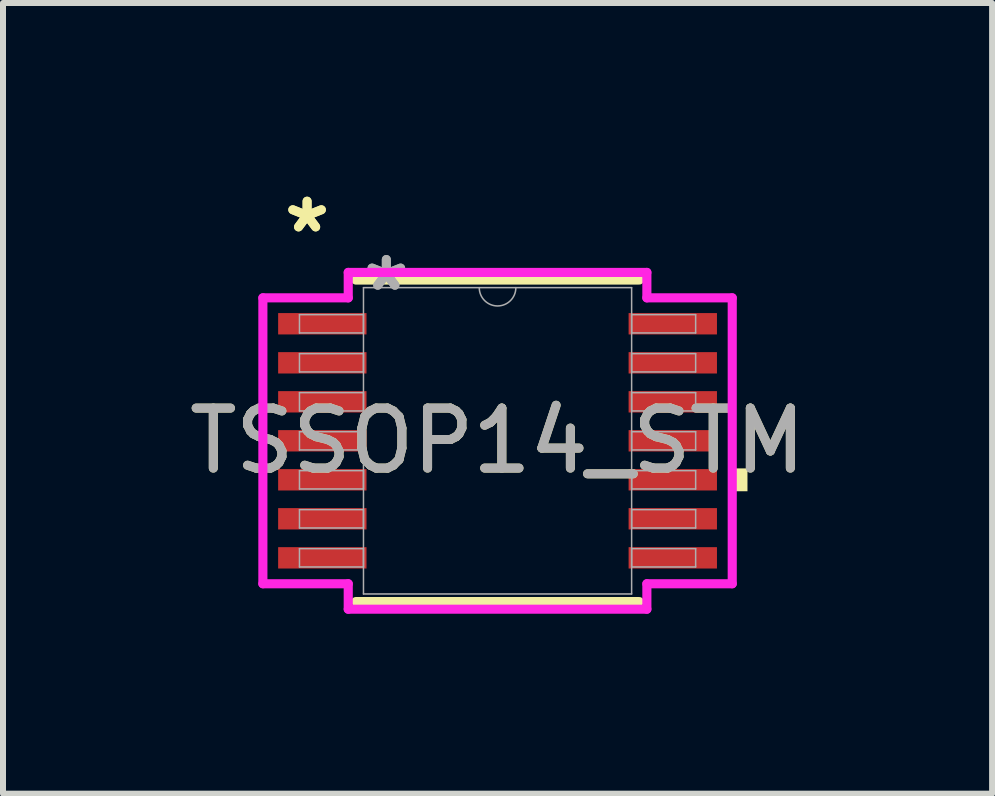
<source format=kicad_pcb>
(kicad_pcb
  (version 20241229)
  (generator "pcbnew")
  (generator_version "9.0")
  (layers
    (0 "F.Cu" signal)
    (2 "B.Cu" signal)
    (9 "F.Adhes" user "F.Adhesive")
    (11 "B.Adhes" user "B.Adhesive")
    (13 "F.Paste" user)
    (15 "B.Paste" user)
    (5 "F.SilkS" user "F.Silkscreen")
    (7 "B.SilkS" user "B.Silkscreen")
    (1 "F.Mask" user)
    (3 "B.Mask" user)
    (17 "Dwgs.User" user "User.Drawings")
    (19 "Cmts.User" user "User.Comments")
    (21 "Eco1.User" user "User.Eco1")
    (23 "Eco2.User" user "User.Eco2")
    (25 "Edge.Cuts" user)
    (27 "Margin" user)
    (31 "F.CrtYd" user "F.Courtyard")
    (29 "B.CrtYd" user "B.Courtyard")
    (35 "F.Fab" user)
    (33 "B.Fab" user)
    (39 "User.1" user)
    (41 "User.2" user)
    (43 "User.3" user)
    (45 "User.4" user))
  (footprint "TSSOP14_STM"
    (layer "F.Cu")
    (at 5.244 4.298)
    (property "Reference" "TSSOP14_STM" (at 0 0 0) (unlocked yes) (layer "F.SilkS") (effects (font (size 1 1) (thickness 0.15))))
    (attr smd)
    (fp_line (start -2.362 2.68) (end 2.362 2.68) (stroke (width 0.152) (type solid)) (layer "F.SilkS"))
    (fp_line (start 2.362 -2.68) (end -2.362 -2.68) (stroke (width 0.152) (type solid)) (layer "F.SilkS"))
    (fp_poly (pts (xy 4.166 0.46) (xy 4.166 0.841) (xy 3.912 0.841) (xy 3.912 0.46)) (stroke (width 0) (type solid)) (fill yes) (layer "F.SilkS"))
    (fp_line (start -3.912 -2.383) (end -2.489 -2.383) (stroke (width 0.152) (type solid)) (layer "F.CrtYd"))
    (fp_line (start -3.912 2.383) (end -3.912 -2.383) (stroke (width 0.152) (type solid)) (layer "F.CrtYd"))
    (fp_line (start -3.912 2.383) (end -2.489 2.383) (stroke (width 0.152) (type solid)) (layer "F.CrtYd"))
    (fp_line (start -2.489 -2.807) (end 2.489 -2.807) (stroke (width 0.152) (type solid)) (layer "F.CrtYd"))
    (fp_line (start -2.489 -2.383) (end -2.489 -2.807) (stroke (width 0.152) (type solid)) (layer "F.CrtYd"))
    (fp_line (start -2.489 2.807) (end -2.489 2.383) (stroke (width 0.152) (type solid)) (layer "F.CrtYd"))
    (fp_line (start 2.489 -2.807) (end 2.489 -2.383) (stroke (width 0.152) (type solid)) (layer "F.CrtYd"))
    (fp_line (start 2.489 2.383) (end 2.489 2.807) (stroke (width 0.152) (type solid)) (layer "F.CrtYd"))
    (fp_line (start 2.489 2.807) (end -2.489 2.807) (stroke (width 0.152) (type solid)) (layer "F.CrtYd"))
    (fp_line (start 3.912 -2.383) (end 2.489 -2.383) (stroke (width 0.152) (type solid)) (layer "F.CrtYd"))
    (fp_line (start 3.912 -2.383) (end 3.912 2.383) (stroke (width 0.152) (type solid)) (layer "F.CrtYd"))
    (fp_line (start 3.912 2.383) (end 2.489 2.383) (stroke (width 0.152) (type solid)) (layer "F.CrtYd"))
    (fp_line (start -3.302 -2.103) (end -3.302 -1.798) (stroke (width 0.025) (type solid)) (layer "F.Fab"))
    (fp_line (start -3.302 -1.798) (end -2.235 -1.798) (stroke (width 0.025) (type solid)) (layer "F.Fab"))
    (fp_line (start -3.302 -1.453) (end -3.302 -1.148) (stroke (width 0.025) (type solid)) (layer "F.Fab"))
    (fp_line (start -3.302 -1.148) (end -2.235 -1.148) (stroke (width 0.025) (type solid)) (layer "F.Fab"))
    (fp_line (start -3.302 -0.803) (end -3.302 -0.498) (stroke (width 0.025) (type solid)) (layer "F.Fab"))
    (fp_line (start -3.302 -0.498) (end -2.235 -0.498) (stroke (width 0.025) (type solid)) (layer "F.Fab"))
    (fp_line (start -3.302 -0.152) (end -3.302 0.152) (stroke (width 0.025) (type solid)) (layer "F.Fab"))
    (fp_line (start -3.302 0.152) (end -2.235 0.152) (stroke (width 0.025) (type solid)) (layer "F.Fab"))
    (fp_line (start -3.302 0.498) (end -3.302 0.803) (stroke (width 0.025) (type solid)) (layer "F.Fab"))
    (fp_line (start -3.302 0.803) (end -2.235 0.803) (stroke (width 0.025) (type solid)) (layer "F.Fab"))
    (fp_line (start -3.302 1.148) (end -3.302 1.453) (stroke (width 0.025) (type solid)) (layer "F.Fab"))
    (fp_line (start -3.302 1.453) (end -2.235 1.453) (stroke (width 0.025) (type solid)) (layer "F.Fab"))
    (fp_line (start -3.302 1.798) (end -3.302 2.103) (stroke (width 0.025) (type solid)) (layer "F.Fab"))
    (fp_line (start -3.302 2.103) (end -2.235 2.103) (stroke (width 0.025) (type solid)) (layer "F.Fab"))
    (fp_line (start -2.235 -2.553) (end -2.235 2.553) (stroke (width 0.025) (type solid)) (layer "F.Fab"))
    (fp_line (start -2.235 -2.103) (end -3.302 -2.103) (stroke (width 0.025) (type solid)) (layer "F.Fab"))
    (fp_line (start -2.235 -1.798) (end -2.235 -2.103) (stroke (width 0.025) (type solid)) (layer "F.Fab"))
    (fp_line (start -2.235 -1.453) (end -3.302 -1.453) (stroke (width 0.025) (type solid)) (layer "F.Fab"))
    (fp_line (start -2.235 -1.148) (end -2.235 -1.453) (stroke (width 0.025) (type solid)) (layer "F.Fab"))
    (fp_line (start -2.235 -0.803) (end -3.302 -0.803) (stroke (width 0.025) (type solid)) (layer "F.Fab"))
    (fp_line (start -2.235 -0.498) (end -2.235 -0.803) (stroke (width 0.025) (type solid)) (layer "F.Fab"))
    (fp_line (start -2.235 -0.152) (end -3.302 -0.152) (stroke (width 0.025) (type solid)) (layer "F.Fab"))
    (fp_line (start -2.235 0.152) (end -2.235 -0.152) (stroke (width 0.025) (type solid)) (layer "F.Fab"))
    (fp_line (start -2.235 0.498) (end -3.302 0.498) (stroke (width 0.025) (type solid)) (layer "F.Fab"))
    (fp_line (start -2.235 0.803) (end -2.235 0.498) (stroke (width 0.025) (type solid)) (layer "F.Fab"))
    (fp_line (start -2.235 1.148) (end -3.302 1.148) (stroke (width 0.025) (type solid)) (layer "F.Fab"))
    (fp_line (start -2.235 1.453) (end -2.235 1.148) (stroke (width 0.025) (type solid)) (layer "F.Fab"))
    (fp_line (start -2.235 1.798) (end -3.302 1.798) (stroke (width 0.025) (type solid)) (layer "F.Fab"))
    (fp_line (start -2.235 2.103) (end -2.235 1.798) (stroke (width 0.025) (type solid)) (layer "F.Fab"))
    (fp_line (start -2.235 2.553) (end 2.235 2.553) (stroke (width 0.025) (type solid)) (layer "F.Fab"))
    (fp_line (start 2.235 -2.553) (end -2.235 -2.553) (stroke (width 0.025) (type solid)) (layer "F.Fab"))
    (fp_line (start 2.235 -2.103) (end 2.235 -1.798) (stroke (width 0.025) (type solid)) (layer "F.Fab"))
    (fp_line (start 2.235 -1.798) (end 3.302 -1.798) (stroke (width 0.025) (type solid)) (layer "F.Fab"))
    (fp_line (start 2.235 -1.453) (end 2.235 -1.148) (stroke (width 0.025) (type solid)) (layer "F.Fab"))
    (fp_line (start 2.235 -1.148) (end 3.302 -1.148) (stroke (width 0.025) (type solid)) (layer "F.Fab"))
    (fp_line (start 2.235 -0.803) (end 2.235 -0.498) (stroke (width 0.025) (type solid)) (layer "F.Fab"))
    (fp_line (start 2.235 -0.498) (end 3.302 -0.498) (stroke (width 0.025) (type solid)) (layer "F.Fab"))
    (fp_line (start 2.235 -0.152) (end 2.235 0.152) (stroke (width 0.025) (type solid)) (layer "F.Fab"))
    (fp_line (start 2.235 0.152) (end 3.302 0.152) (stroke (width 0.025) (type solid)) (layer "F.Fab"))
    (fp_line (start 2.235 0.498) (end 2.235 0.803) (stroke (width 0.025) (type solid)) (layer "F.Fab"))
    (fp_line (start 2.235 0.803) (end 3.302 0.803) (stroke (width 0.025) (type solid)) (layer "F.Fab"))
    (fp_line (start 2.235 1.148) (end 2.235 1.453) (stroke (width 0.025) (type solid)) (layer "F.Fab"))
    (fp_line (start 2.235 1.453) (end 3.302 1.453) (stroke (width 0.025) (type solid)) (layer "F.Fab"))
    (fp_line (start 2.235 1.798) (end 2.235 2.103) (stroke (width 0.025) (type solid)) (layer "F.Fab"))
    (fp_line (start 2.235 2.103) (end 3.302 2.103) (stroke (width 0.025) (type solid)) (layer "F.Fab"))
    (fp_line (start 2.235 2.553) (end 2.235 -2.553) (stroke (width 0.025) (type solid)) (layer "F.Fab"))
    (fp_line (start 3.302 -2.103) (end 2.235 -2.103) (stroke (width 0.025) (type solid)) (layer "F.Fab"))
    (fp_line (start 3.302 -1.798) (end 3.302 -2.103) (stroke (width 0.025) (type solid)) (layer "F.Fab"))
    (fp_line (start 3.302 -1.453) (end 2.235 -1.453) (stroke (width 0.025) (type solid)) (layer "F.Fab"))
    (fp_line (start 3.302 -1.148) (end 3.302 -1.453) (stroke (width 0.025) (type solid)) (layer "F.Fab"))
    (fp_line (start 3.302 -0.803) (end 2.235 -0.803) (stroke (width 0.025) (type solid)) (layer "F.Fab"))
    (fp_line (start 3.302 -0.498) (end 3.302 -0.803) (stroke (width 0.025) (type solid)) (layer "F.Fab"))
    (fp_line (start 3.302 -0.152) (end 2.235 -0.152) (stroke (width 0.025) (type solid)) (layer "F.Fab"))
    (fp_line (start 3.302 0.152) (end 3.302 -0.152) (stroke (width 0.025) (type solid)) (layer "F.Fab"))
    (fp_line (start 3.302 0.498) (end 2.235 0.498) (stroke (width 0.025) (type solid)) (layer "F.Fab"))
    (fp_line (start 3.302 0.803) (end 3.302 0.498) (stroke (width 0.025) (type solid)) (layer "F.Fab"))
    (fp_line (start 3.302 1.148) (end 2.235 1.148) (stroke (width 0.025) (type solid)) (layer "F.Fab"))
    (fp_line (start 3.302 1.453) (end 3.302 1.148) (stroke (width 0.025) (type solid)) (layer "F.Fab"))
    (fp_line (start 3.302 1.798) (end 2.235 1.798) (stroke (width 0.025) (type solid)) (layer "F.Fab"))
    (fp_line (start 3.302 2.103) (end 3.302 1.798) (stroke (width 0.025) (type solid)) (layer "F.Fab"))
    (fp_arc (start 0.3048 -2.5527) (mid 0 -2.2479) (end -0.3048 -2.5527) (stroke (width 0.0254) (type solid)) (layer "F.Fab"))
    (fp_text user "*" (at -3.175 -3.449 0) (unlocked yes) (layer "F.SilkS") (effects (font (size 1 1) (thickness 0.15))))
    (fp_text user "*" (at -3.175 -3.449 0) (layer "F.SilkS") (effects (font (size 1 1) (thickness 0.15))))
    (fp_text user "*" (at -1.854 -2.477 0) (unlocked yes) (layer "F.Fab") (effects (font (size 1 1) (thickness 0.15))))
    (fp_text user "${REFERENCE}" (at 0 0 0) (unlocked yes) (layer "F.Fab") (effects (font (size 1 1) (thickness 0.15))))
    (fp_text user "*" (at -1.854 -2.477 0) (layer "F.Fab") (effects (font (size 1 1) (thickness 0.15))))
    (pad "1" smd rect (at -2.921 -1.951) (size 1.473 0.356) (layers "F.Cu" "F.Mask" "F.Paste"))
    (pad "2" smd rect (at -2.921 -1.3) (size 1.473 0.356) (layers "F.Cu" "F.Mask" "F.Paste"))
    (pad "3" smd rect (at -2.921 -0.65) (size 1.473 0.356) (layers "F.Cu" "F.Mask" "F.Paste"))
    (pad "4" smd rect (at -2.921 0) (size 1.473 0.356) (layers "F.Cu" "F.Mask" "F.Paste"))
    (pad "5" smd rect (at -2.921 0.65) (size 1.473 0.356) (layers "F.Cu" "F.Mask" "F.Paste"))
    (pad "6" smd rect (at -2.921 1.3) (size 1.473 0.356) (layers "F.Cu" "F.Mask" "F.Paste"))
    (pad "7" smd rect (at -2.921 1.951) (size 1.473 0.356) (layers "F.Cu" "F.Mask" "F.Paste"))
    (pad "8" smd rect (at 2.921 1.951) (size 1.473 0.356) (layers "F.Cu" "F.Mask" "F.Paste"))
    (pad "9" smd rect (at 2.921 1.3) (size 1.473 0.356) (layers "F.Cu" "F.Mask" "F.Paste"))
    (pad "10" smd rect (at 2.921 0.65) (size 1.473 0.356) (layers "F.Cu" "F.Mask" "F.Paste"))
    (pad "11" smd rect (at 2.921 0) (size 1.473 0.356) (layers "F.Cu" "F.Mask" "F.Paste"))
    (pad "12" smd rect (at 2.921 -0.65) (size 1.473 0.356) (layers "F.Cu" "F.Mask" "F.Paste"))
    (pad "13" smd rect (at 2.921 -1.3) (size 1.473 0.356) (layers "F.Cu" "F.Mask" "F.Paste"))
    (pad "14" smd rect (at 2.921 -1.951) (size 1.473 0.356) (layers "F.Cu" "F.Mask" "F.Paste")))
  (gr_rect
    (start -3 -3)
    (end 13.488 10.18)
    (stroke (width 0.1) (type default))
    (fill no)
    (layer "Edge.Cuts")))
</source>
